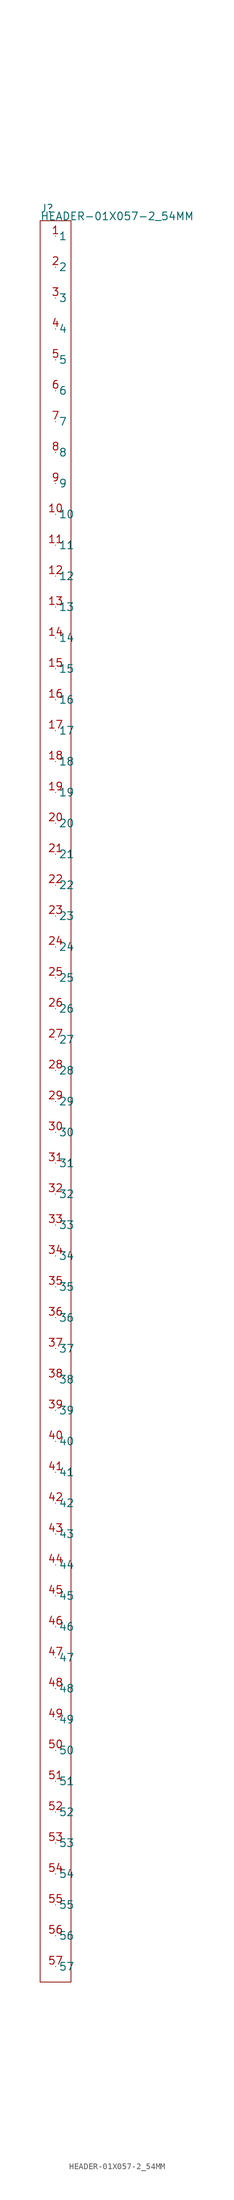
<source format=kicad_sym>
(kicad_symbol_lib
  (version 20211014)
  (generator kicad_symbol_editor)
  (symbol "HEADER-01X057-2_54MM"
    (pin_names)
    (property "Reference" "J"
      (at -2.54 146.05 0)
      (effects (font (size 1.27 1.27)) (justify left bottom)))
    (property "Value" "HEADER-01X057-2_54MM"
      (at -2.54 144.78 0)
      (effects (font (size 1.27 1.27)) (justify left bottom)))
    (property "Datasheet" ""
      (at 0 0 0))
    (property "ki_description" "Header 1x57  - Header Vertical 57POS 2.54MM Technical Specifications: Pitch: 0.1\" (2.54mm) "
      (at 0 0 0))
    (property "ki_fp_filters" "FlashPCB_Connectors:HEADER-THT-01X057-2_54MM FlashPCB_Connectors:HEADER-THT-LONG-01X057-2_54MM FlashPCB_Connectors:HEADER-THT-NOSILK-01X057-2_54MM FlashPCB_Connectors:HEADER-THT-LONG-NOSILK-01X057-2_54MM"
      (at 0 0 0))
    (symbol "HEADER-01X057-2_54MM_1_1"
      (polyline (pts (xy -2.54 144.78) (xy 2.54 144.78)) (stroke (width 0.127)) (fill (type none)))
      (polyline (pts (xy 2.54 144.78) (xy 2.54 -144.78)) (stroke (width 0.127)) (fill (type none)))
      (polyline (pts (xy 2.54 -144.78) (xy -2.54 -144.78)) (stroke (width 0.127)) (fill (type none)))
      (polyline (pts (xy -2.54 -144.78) (xy -2.54 144.78)) (stroke (width 0.127)) (fill (type none)))
      (pin bidirectional line (at 0 142.24 0) (length 0) (name "1" (effects (font (size 1.27 1.27)))) (number "1" (effects (font (size 1.27 1.27)))))
      (pin bidirectional line (at 0 137.16 0) (length 0) (name "2" (effects (font (size 1.27 1.27)))) (number "2" (effects (font (size 1.27 1.27)))))
      (pin bidirectional line (at 0 132.08 0) (length 0) (name "3" (effects (font (size 1.27 1.27)))) (number "3" (effects (font (size 1.27 1.27)))))
      (pin bidirectional line (at 0 127 0) (length 0) (name "4" (effects (font (size 1.27 1.27)))) (number "4" (effects (font (size 1.27 1.27)))))
      (pin bidirectional line (at 0 121.92 0) (length 0) (name "5" (effects (font (size 1.27 1.27)))) (number "5" (effects (font (size 1.27 1.27)))))
      (pin bidirectional line (at 0 116.84 0) (length 0) (name "6" (effects (font (size 1.27 1.27)))) (number "6" (effects (font (size 1.27 1.27)))))
      (pin bidirectional line (at 0 111.76 0) (length 0) (name "7" (effects (font (size 1.27 1.27)))) (number "7" (effects (font (size 1.27 1.27)))))
      (pin bidirectional line (at 0 106.68 0) (length 0) (name "8" (effects (font (size 1.27 1.27)))) (number "8" (effects (font (size 1.27 1.27)))))
      (pin bidirectional line (at 0 101.6 0) (length 0) (name "9" (effects (font (size 1.27 1.27)))) (number "9" (effects (font (size 1.27 1.27)))))
      (pin bidirectional line (at 0 96.52 0) (length 0) (name "10" (effects (font (size 1.27 1.27)))) (number "10" (effects (font (size 1.27 1.27)))))
      (pin bidirectional line (at 0 91.44 0) (length 0) (name "11" (effects (font (size 1.27 1.27)))) (number "11" (effects (font (size 1.27 1.27)))))
      (pin bidirectional line (at 0 86.36 0) (length 0) (name "12" (effects (font (size 1.27 1.27)))) (number "12" (effects (font (size 1.27 1.27)))))
      (pin bidirectional line (at 0 81.28 0) (length 0) (name "13" (effects (font (size 1.27 1.27)))) (number "13" (effects (font (size 1.27 1.27)))))
      (pin bidirectional line (at 0 76.2 0) (length 0) (name "14" (effects (font (size 1.27 1.27)))) (number "14" (effects (font (size 1.27 1.27)))))
      (pin bidirectional line (at 0 71.12 0) (length 0) (name "15" (effects (font (size 1.27 1.27)))) (number "15" (effects (font (size 1.27 1.27)))))
      (pin bidirectional line (at 0 66.04 0) (length 0) (name "16" (effects (font (size 1.27 1.27)))) (number "16" (effects (font (size 1.27 1.27)))))
      (pin bidirectional line (at 0 60.96 0) (length 0) (name "17" (effects (font (size 1.27 1.27)))) (number "17" (effects (font (size 1.27 1.27)))))
      (pin bidirectional line (at 0 55.88 0) (length 0) (name "18" (effects (font (size 1.27 1.27)))) (number "18" (effects (font (size 1.27 1.27)))))
      (pin bidirectional line (at 0 50.8 0) (length 0) (name "19" (effects (font (size 1.27 1.27)))) (number "19" (effects (font (size 1.27 1.27)))))
      (pin bidirectional line (at 0 45.72 0) (length 0) (name "20" (effects (font (size 1.27 1.27)))) (number "20" (effects (font (size 1.27 1.27)))))
      (pin bidirectional line (at 0 40.64 0) (length 0) (name "21" (effects (font (size 1.27 1.27)))) (number "21" (effects (font (size 1.27 1.27)))))
      (pin bidirectional line (at 0 35.56 0) (length 0) (name "22" (effects (font (size 1.27 1.27)))) (number "22" (effects (font (size 1.27 1.27)))))
      (pin bidirectional line (at 0 30.48 0) (length 0) (name "23" (effects (font (size 1.27 1.27)))) (number "23" (effects (font (size 1.27 1.27)))))
      (pin bidirectional line (at 0 25.4 0) (length 0) (name "24" (effects (font (size 1.27 1.27)))) (number "24" (effects (font (size 1.27 1.27)))))
      (pin bidirectional line (at 0 20.32 0) (length 0) (name "25" (effects (font (size 1.27 1.27)))) (number "25" (effects (font (size 1.27 1.27)))))
      (pin bidirectional line (at 0 15.24 0) (length 0) (name "26" (effects (font (size 1.27 1.27)))) (number "26" (effects (font (size 1.27 1.27)))))
      (pin bidirectional line (at 0 10.16 0) (length 0) (name "27" (effects (font (size 1.27 1.27)))) (number "27" (effects (font (size 1.27 1.27)))))
      (pin bidirectional line (at 0 5.08 0) (length 0) (name "28" (effects (font (size 1.27 1.27)))) (number "28" (effects (font (size 1.27 1.27)))))
      (pin bidirectional line (at 0 0 0) (length 0) (name "29" (effects (font (size 1.27 1.27)))) (number "29" (effects (font (size 1.27 1.27)))))
      (pin bidirectional line (at 0 -5.08 0) (length 0) (name "30" (effects (font (size 1.27 1.27)))) (number "30" (effects (font (size 1.27 1.27)))))
      (pin bidirectional line (at 0 -10.16 0) (length 0) (name "31" (effects (font (size 1.27 1.27)))) (number "31" (effects (font (size 1.27 1.27)))))
      (pin bidirectional line (at 0 -15.24 0) (length 0) (name "32" (effects (font (size 1.27 1.27)))) (number "32" (effects (font (size 1.27 1.27)))))
      (pin bidirectional line (at 0 -20.32 0) (length 0) (name "33" (effects (font (size 1.27 1.27)))) (number "33" (effects (font (size 1.27 1.27)))))
      (pin bidirectional line (at 0 -25.4 0) (length 0) (name "34" (effects (font (size 1.27 1.27)))) (number "34" (effects (font (size 1.27 1.27)))))
      (pin bidirectional line (at 0 -30.48 0) (length 0) (name "35" (effects (font (size 1.27 1.27)))) (number "35" (effects (font (size 1.27 1.27)))))
      (pin bidirectional line (at 0 -35.56 0) (length 0) (name "36" (effects (font (size 1.27 1.27)))) (number "36" (effects (font (size 1.27 1.27)))))
      (pin bidirectional line (at 0 -40.64 0) (length 0) (name "37" (effects (font (size 1.27 1.27)))) (number "37" (effects (font (size 1.27 1.27)))))
      (pin bidirectional line (at 0 -45.72 0) (length 0) (name "38" (effects (font (size 1.27 1.27)))) (number "38" (effects (font (size 1.27 1.27)))))
      (pin bidirectional line (at 0 -50.8 0) (length 0) (name "39" (effects (font (size 1.27 1.27)))) (number "39" (effects (font (size 1.27 1.27)))))
      (pin bidirectional line (at 0 -55.88 0) (length 0) (name "40" (effects (font (size 1.27 1.27)))) (number "40" (effects (font (size 1.27 1.27)))))
      (pin bidirectional line (at 0 -60.96 0) (length 0) (name "41" (effects (font (size 1.27 1.27)))) (number "41" (effects (font (size 1.27 1.27)))))
      (pin bidirectional line (at 0 -66.04 0) (length 0) (name "42" (effects (font (size 1.27 1.27)))) (number "42" (effects (font (size 1.27 1.27)))))
      (pin bidirectional line (at 0 -71.12 0) (length 0) (name "43" (effects (font (size 1.27 1.27)))) (number "43" (effects (font (size 1.27 1.27)))))
      (pin bidirectional line (at 0 -76.2 0) (length 0) (name "44" (effects (font (size 1.27 1.27)))) (number "44" (effects (font (size 1.27 1.27)))))
      (pin bidirectional line (at 0 -81.28 0) (length 0) (name "45" (effects (font (size 1.27 1.27)))) (number "45" (effects (font (size 1.27 1.27)))))
      (pin bidirectional line (at 0 -86.36 0) (length 0) (name "46" (effects (font (size 1.27 1.27)))) (number "46" (effects (font (size 1.27 1.27)))))
      (pin bidirectional line (at 0 -91.44 0) (length 0) (name "47" (effects (font (size 1.27 1.27)))) (number "47" (effects (font (size 1.27 1.27)))))
      (pin bidirectional line (at 0 -96.52 0) (length 0) (name "48" (effects (font (size 1.27 1.27)))) (number "48" (effects (font (size 1.27 1.27)))))
      (pin bidirectional line (at 0 -101.6 0) (length 0) (name "49" (effects (font (size 1.27 1.27)))) (number "49" (effects (font (size 1.27 1.27)))))
      (pin bidirectional line (at 0 -106.68 0) (length 0) (name "50" (effects (font (size 1.27 1.27)))) (number "50" (effects (font (size 1.27 1.27)))))
      (pin bidirectional line (at 0 -111.76 0) (length 0) (name "51" (effects (font (size 1.27 1.27)))) (number "51" (effects (font (size 1.27 1.27)))))
      (pin bidirectional line (at 0 -116.84 0) (length 0) (name "52" (effects (font (size 1.27 1.27)))) (number "52" (effects (font (size 1.27 1.27)))))
      (pin bidirectional line (at 0 -121.92 0) (length 0) (name "53" (effects (font (size 1.27 1.27)))) (number "53" (effects (font (size 1.27 1.27)))))
      (pin bidirectional line (at 0 -127 0) (length 0) (name "54" (effects (font (size 1.27 1.27)))) (number "54" (effects (font (size 1.27 1.27)))))
      (pin bidirectional line (at 0 -132.08 0) (length 0) (name "55" (effects (font (size 1.27 1.27)))) (number "55" (effects (font (size 1.27 1.27)))))
      (pin bidirectional line (at 0 -137.16 0) (length 0) (name "56" (effects (font (size 1.27 1.27)))) (number "56" (effects (font (size 1.27 1.27)))))
      (pin bidirectional line (at 0 -142.24 0) (length 0) (name "57" (effects (font (size 1.27 1.27)))) (number "57" (effects (font (size 1.27 1.27))))))))
</source>
